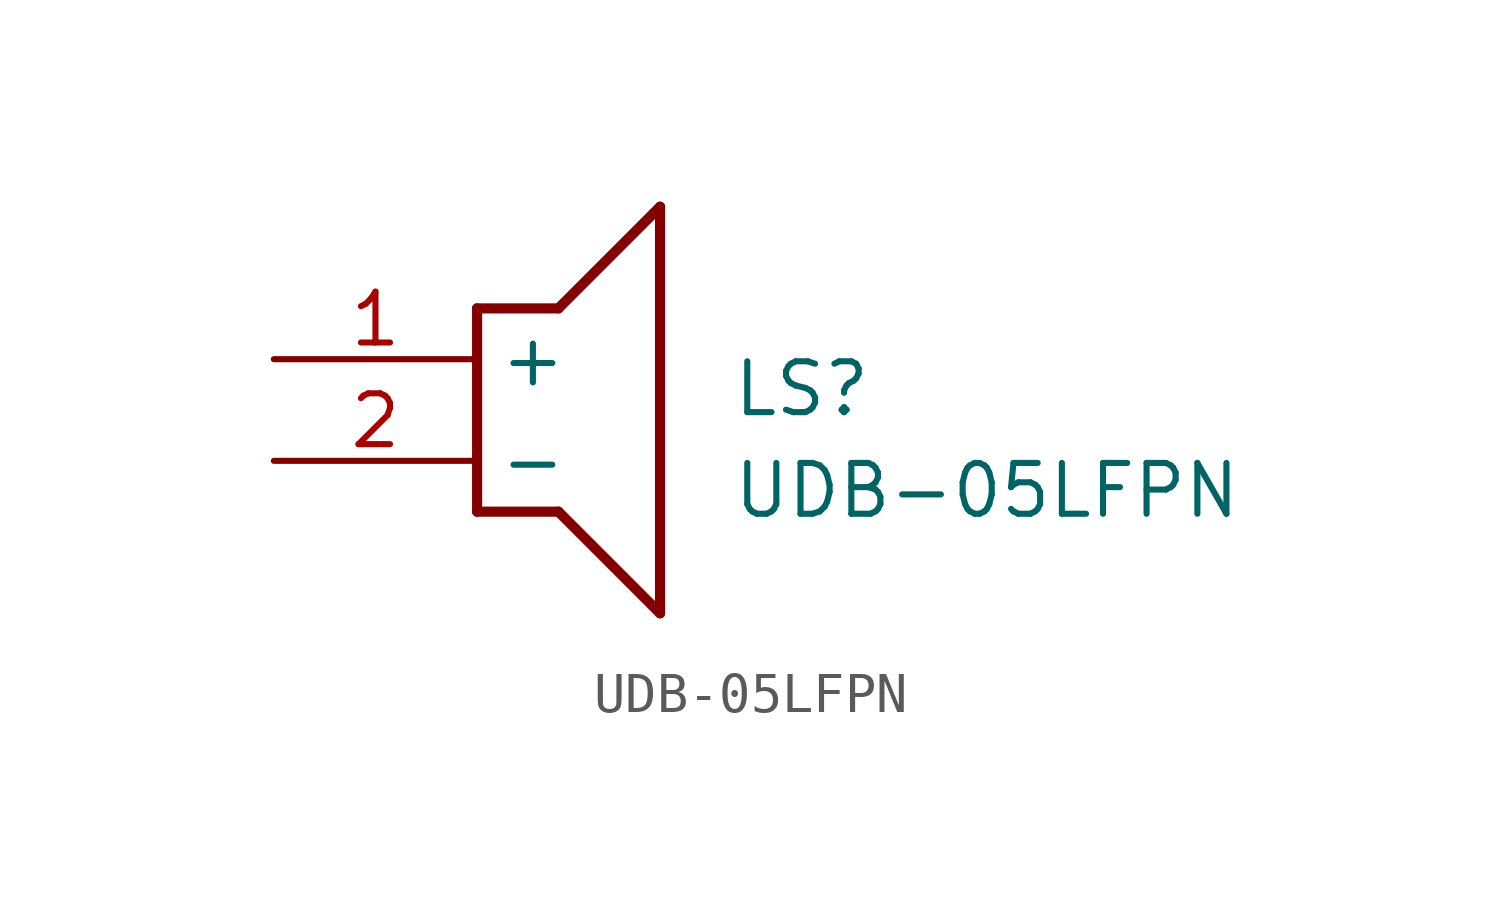
<source format=kicad_sym>
(kicad_symbol_lib
  (version 20211014)
  (generator SamacSys_ECAD_Model)
  (symbol "UDB-05LFPN"
    (property "Reference" "LS"
      (at 11.43 0 0)
      (effects (font (size 1.27 1.27)) (justify left top)))
    (property "Value" "UDB-05LFPN"
      (at 11.43 -2.54 0)
      (effects (font (size 1.27 1.27)) (justify left top)))
    (polyline
      (pts (xy 5.08 1.27) (xy 7.112 1.27))
      (stroke (width 0.254) (type default))
      (fill (type none)))
    (polyline
      (pts (xy 9.652 3.81) (xy 7.112 1.27))
      (stroke (width 0.254) (type default))
      (fill (type none)))
    (polyline
      (pts (xy 9.652 3.81) (xy 9.652 -6.35))
      (stroke (width 0.254) (type default))
      (fill (type none)))
    (polyline
      (pts (xy 7.112 -3.81) (xy 9.652 -6.35))
      (stroke (width 0.254) (type default))
      (fill (type none)))
    (polyline
      (pts (xy 7.112 -3.81) (xy 5.08 -3.81))
      (stroke (width 0.254) (type default))
      (fill (type none)))
    (polyline
      (pts (xy 5.08 1.27) (xy 5.08 -3.81))
      (stroke (width 0.254) (type default))
      (fill (type none)))
    (pin passive line
      (at 0 0 0)
      (length 5.08)
      (name "+" (effects (font (size 1.27 1.27))))
      (number "1" (effects (font (size 1.27 1.27)))))
    (pin passive line
      (at 0 -2.54 0)
      (length 5.08)
      (name "-" (effects (font (size 1.27 1.27))))
      (number "2" (effects (font (size 1.27 1.27)))))))
</source>
